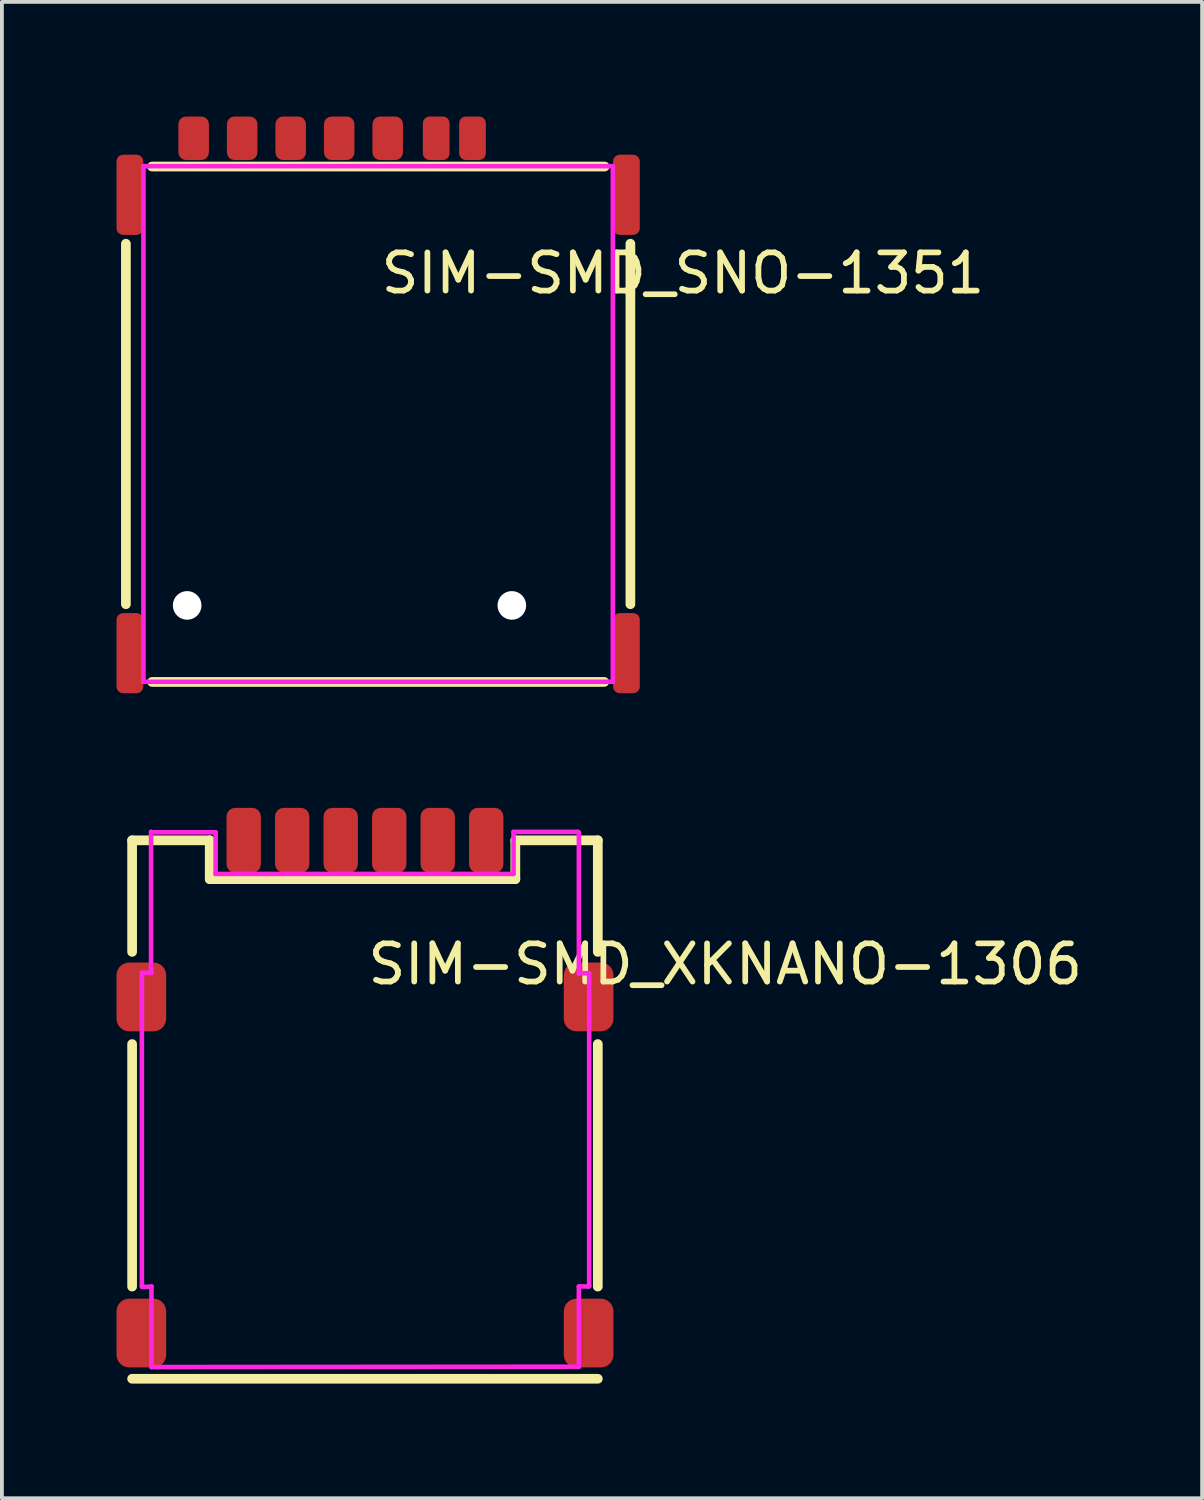
<source format=kicad_pcb>
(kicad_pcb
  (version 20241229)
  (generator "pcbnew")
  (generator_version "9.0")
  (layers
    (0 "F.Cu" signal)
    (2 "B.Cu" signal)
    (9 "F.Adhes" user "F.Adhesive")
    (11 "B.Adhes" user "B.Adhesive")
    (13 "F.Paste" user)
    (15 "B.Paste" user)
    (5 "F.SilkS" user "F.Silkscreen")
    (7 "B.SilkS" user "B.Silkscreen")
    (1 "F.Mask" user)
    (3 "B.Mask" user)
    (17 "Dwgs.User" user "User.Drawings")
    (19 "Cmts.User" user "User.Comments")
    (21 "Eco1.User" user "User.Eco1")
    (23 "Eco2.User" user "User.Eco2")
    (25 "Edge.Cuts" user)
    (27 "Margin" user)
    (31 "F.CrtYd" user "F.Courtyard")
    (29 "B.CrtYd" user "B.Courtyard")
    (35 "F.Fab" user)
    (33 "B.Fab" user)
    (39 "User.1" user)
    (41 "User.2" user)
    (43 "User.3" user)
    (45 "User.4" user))
  (footprint "SIM-SMD_XKNANO-1306"
    (layer "F.Cu")
    (at 6.505 25.4)
    (property "Reference" "SIM-SMD_XKNANO-1306" (at 0 -3.207 0) (layer "F.SilkS") (effects (font (size 1 1) (thickness 0.15)) (justify left)))
    (attr smd)
    (fp_line (start -6.096 -6.45) (end -4.064 -6.45) (stroke (width 0.254) (type solid)) (layer "F.SilkS"))
    (fp_line (start -6.096 -3.529) (end -6.096 -6.45) (stroke (width 0.254) (type solid)) (layer "F.SilkS"))
    (fp_line (start -6.096 -1.116) (end -6.096 5.234) (stroke (width 0.254) (type solid)) (layer "F.SilkS"))
    (fp_line (start -6.096 7.647) (end 6.096 7.647) (stroke (width 0.254) (type solid)) (layer "F.SilkS"))
    (fp_line (start -4.064 -6.45) (end -4.064 -5.434) (stroke (width 0.254) (type solid)) (layer "F.SilkS"))
    (fp_line (start -4.064 -5.434) (end 3.937 -5.434) (stroke (width 0.254) (type solid)) (layer "F.SilkS"))
    (fp_line (start 3.937 -6.45) (end 6.096 -6.45) (stroke (width 0.254) (type solid)) (layer "F.SilkS"))
    (fp_line (start 3.937 -5.434) (end 3.937 -6.45) (stroke (width 0.254) (type solid)) (layer "F.SilkS"))
    (fp_line (start 6.096 -6.45) (end 6.096 -3.529) (stroke (width 0.254) (type solid)) (layer "F.SilkS"))
    (fp_line (start 6.096 -1.116) (end 6.096 5.234) (stroke (width 0.254) (type solid)) (layer "F.SilkS"))
    (fp_line (start -5.84 -2.98) (end -5.84 5.23) (stroke (width 0.12) (type solid)) (layer "F.CrtYd"))
    (fp_line (start -5.84 5.23) (end -5.83 5.24) (stroke (width 0.12) (type solid)) (layer "F.CrtYd"))
    (fp_line (start -5.83 5.24) (end -5.6 5.24) (stroke (width 0.12) (type solid)) (layer "F.CrtYd"))
    (fp_line (start -5.6 -6.67) (end -5.6 -2.99) (stroke (width 0.12) (type solid)) (layer "F.CrtYd"))
    (fp_line (start -5.6 -2.99) (end -5.59 -2.98) (stroke (width 0.12) (type solid)) (layer "F.CrtYd"))
    (fp_line (start -5.6 5.24) (end -5.59 5.23) (stroke (width 0.12) (type solid)) (layer "F.CrtYd"))
    (fp_line (start -5.59 -6.66) (end -5.6 -6.67) (stroke (width 0.12) (type solid)) (layer "F.CrtYd"))
    (fp_line (start -5.59 -2.98) (end -5.84 -2.98) (stroke (width 0.12) (type solid)) (layer "F.CrtYd"))
    (fp_line (start -5.59 5.23) (end -5.59 7.34) (stroke (width 0.12) (type solid)) (layer "F.CrtYd"))
    (fp_line (start -5.59 7.34) (end 5.6 7.33) (stroke (width 0.12) (type solid)) (layer "F.CrtYd"))
    (fp_line (start -3.91 -6.66) (end -5.59 -6.66) (stroke (width 0.12) (type solid)) (layer "F.CrtYd"))
    (fp_line (start -3.91 -5.57) (end -3.91 -6.66) (stroke (width 0.12) (type solid)) (layer "F.CrtYd"))
    (fp_line (start 3.88 -5.57) (end -3.91 -5.57) (stroke (width 0.12) (type solid)) (layer "F.CrtYd"))
    (fp_line (start 3.89 -6.67) (end 3.89 -5.58) (stroke (width 0.12) (type solid)) (layer "F.CrtYd"))
    (fp_line (start 3.89 -5.58) (end 3.88 -5.57) (stroke (width 0.12) (type solid)) (layer "F.CrtYd"))
    (fp_line (start 5.58 -6.67) (end 3.89 -6.67) (stroke (width 0.12) (type solid)) (layer "F.CrtYd"))
    (fp_line (start 5.6 -6.65) (end 5.58 -6.67) (stroke (width 0.12) (type solid)) (layer "F.CrtYd"))
    (fp_line (start 5.6 -2.96) (end 5.6 -6.65) (stroke (width 0.12) (type solid)) (layer "F.CrtYd"))
    (fp_line (start 5.6 5.23) (end 5.86 5.23) (stroke (width 0.12) (type solid)) (layer "F.CrtYd"))
    (fp_line (start 5.6 7.33) (end 5.6 5.23) (stroke (width 0.12) (type solid)) (layer "F.CrtYd"))
    (fp_line (start 5.61 -2.97) (end 5.6 -2.96) (stroke (width 0.12) (type solid)) (layer "F.CrtYd"))
    (fp_line (start 5.86 5.23) (end 5.87 5.22) (stroke (width 0.12) (type solid)) (layer "F.CrtYd"))
    (fp_line (start 5.87 -2.97) (end 5.61 -2.97) (stroke (width 0.12) (type solid)) (layer "F.CrtYd"))
    (fp_line (start 5.87 -1.76) (end 5.87 -2.97) (stroke (width 0.12) (type solid)) (layer "F.CrtYd"))
    (fp_line (start 5.87 5.22) (end 5.87 -1.76) (stroke (width 0.12) (type solid)) (layer "F.CrtYd"))
    (pad "1" smd roundrect (at -3.175 -6.45) (size 0.9 1.7) (layers "F.Cu" "F.Mask" "F.Paste") (roundrect_rratio 0.25))
    (pad "2" smd roundrect (at -0.635 -6.45) (size 0.9 1.7) (layers "F.Cu" "F.Mask" "F.Paste") (roundrect_rratio 0.25))
    (pad "3" smd roundrect (at 1.905 -6.45) (size 0.9 1.7) (layers "F.Cu" "F.Mask" "F.Paste") (roundrect_rratio 0.25))
    (pad "5" smd roundrect (at -1.905 -6.45) (size 0.9 1.7) (layers "F.Cu" "F.Mask" "F.Paste") (roundrect_rratio 0.25))
    (pad "6" smd roundrect (at 0.635 -6.45) (size 0.9 1.7) (layers "F.Cu" "F.Mask" "F.Paste") (roundrect_rratio 0.25))
    (pad "7" smd roundrect (at 3.175 -6.45) (size 0.9 1.7) (layers "F.Cu" "F.Mask" "F.Paste") (roundrect_rratio 0.25))
    (pad "8" smd roundrect (at -5.855 6.45) (size 1.3 1.8) (layers "F.Cu" "F.Mask" "F.Paste") (roundrect_rratio 0.25))
    (pad "9" smd roundrect (at -5.855 -2.35) (size 1.3 1.8) (layers "F.Cu" "F.Mask" "F.Paste") (roundrect_rratio 0.25))
    (pad "10" smd roundrect (at 5.855 -2.35) (size 1.3 1.8) (layers "F.Cu" "F.Mask" "F.Paste") (roundrect_rratio 0.25))
    (pad "11" smd roundrect (at 5.855 6.45) (size 1.3 1.8) (layers "F.Cu" "F.Mask" "F.Paste") (roundrect_rratio 0.25)))
  (footprint "SIM-SMD_SNO-1351"
    (layer "F.Cu")
    (at 6.85 7.31)
    (property "Reference" "SIM-SMD_SNO-1351" (at 0 -3.207 0) (layer "F.SilkS") (effects (font (size 1 1) (thickness 0.15)) (justify left)))
    (attr through_hole)
    (fp_line (start -6.604 -3.979) (end -6.604 5.459) (stroke (width 0.254) (type solid)) (layer "F.SilkS"))
    (fp_line (start 5.919 7.493) (end -5.919 7.493) (stroke (width 0.254) (type solid)) (layer "F.SilkS"))
    (fp_line (start 5.93 -6) (end -5.919 -6) (stroke (width 0.254) (type solid)) (layer "F.SilkS"))
    (fp_line (start 6.604 -3.979) (end 6.604 5.459) (stroke (width 0.254) (type solid)) (layer "F.SilkS"))
    (fp_circle (center -5 5.49) (end -4.85 5.49) (stroke (width 0.3) (type solid)) (fill no) (layer "Dwgs.User"))
    (fp_circle (center 3.5 5.49) (end 3.65 5.49) (stroke (width 0.3) (type solid)) (fill no) (layer "Dwgs.User"))
    (fp_line (start -5.055 -6.36) (end -4.605 -6.36) (stroke (width 0.12) (type solid)) (layer "Eco2.User"))
    (fp_line (start -5.055 -5.96) (end -5.055 -6.36) (stroke (width 0.12) (type solid)) (layer "Eco2.User"))
    (fp_line (start -4.605 -6.36) (end -4.605 -5.96) (stroke (width 0.12) (type solid)) (layer "Eco2.User"))
    (fp_line (start -4.605 -5.96) (end -5.055 -5.96) (stroke (width 0.12) (type solid)) (layer "Eco2.User"))
    (fp_line (start -3.785 -6.36) (end -3.335 -6.36) (stroke (width 0.12) (type solid)) (layer "Eco2.User"))
    (fp_line (start -3.785 -5.96) (end -3.785 -6.36) (stroke (width 0.12) (type solid)) (layer "Eco2.User"))
    (fp_line (start -3.335 -6.36) (end -3.335 -5.96) (stroke (width 0.12) (type solid)) (layer "Eco2.User"))
    (fp_line (start -3.335 -5.96) (end -3.785 -5.96) (stroke (width 0.12) (type solid)) (layer "Eco2.User"))
    (fp_line (start -2.515 -6.36) (end -2.065 -6.36) (stroke (width 0.12) (type solid)) (layer "Eco2.User"))
    (fp_line (start -2.515 -5.96) (end -2.515 -6.36) (stroke (width 0.12) (type solid)) (layer "Eco2.User"))
    (fp_line (start -2.065 -6.36) (end -2.065 -5.96) (stroke (width 0.12) (type solid)) (layer "Eco2.User"))
    (fp_line (start -2.065 -5.96) (end -2.515 -5.96) (stroke (width 0.12) (type solid)) (layer "Eco2.User"))
    (fp_line (start -1.245 -6.36) (end -0.795 -6.36) (stroke (width 0.12) (type solid)) (layer "Eco2.User"))
    (fp_line (start -1.245 -5.96) (end -1.245 -6.36) (stroke (width 0.12) (type solid)) (layer "Eco2.User"))
    (fp_line (start -0.795 -6.36) (end -0.795 -5.96) (stroke (width 0.12) (type solid)) (layer "Eco2.User"))
    (fp_line (start -0.795 -5.96) (end -1.245 -5.96) (stroke (width 0.12) (type solid)) (layer "Eco2.User"))
    (fp_line (start 0.025 -6.36) (end 0.475 -6.36) (stroke (width 0.12) (type solid)) (layer "Eco2.User"))
    (fp_line (start 0.025 -5.96) (end 0.025 -6.36) (stroke (width 0.12) (type solid)) (layer "Eco2.User"))
    (fp_line (start 0.475 -6.36) (end 0.475 -5.96) (stroke (width 0.12) (type solid)) (layer "Eco2.User"))
    (fp_line (start 0.475 -5.96) (end 0.025 -5.96) (stroke (width 0.12) (type solid)) (layer "Eco2.User"))
    (fp_line (start 1.295 -6.36) (end 1.745 -6.36) (stroke (width 0.12) (type solid)) (layer "Eco2.User"))
    (fp_line (start 1.295 -5.96) (end 1.295 -6.36) (stroke (width 0.12) (type solid)) (layer "Eco2.User"))
    (fp_line (start 1.745 -6.36) (end 1.745 -5.96) (stroke (width 0.12) (type solid)) (layer "Eco2.User"))
    (fp_line (start 1.745 -5.96) (end 1.295 -5.96) (stroke (width 0.12) (type solid)) (layer "Eco2.User"))
    (fp_line (start 2.245 -6.36) (end 2.695 -6.36) (stroke (width 0.12) (type solid)) (layer "Eco2.User"))
    (fp_line (start 2.245 -5.96) (end 2.245 -6.36) (stroke (width 0.12) (type solid)) (layer "Eco2.User"))
    (fp_line (start 2.695 -6.36) (end 2.695 -5.96) (stroke (width 0.12) (type solid)) (layer "Eco2.User"))
    (fp_line (start 2.695 -5.96) (end 2.245 -5.96) (stroke (width 0.12) (type solid)) (layer "Eco2.User"))
    (fp_circle (center 6.545 -7.01) (end 6.575 -7.01) (stroke (width 0.06) (type solid)) (fill no) (layer "Eco2.User"))
    (fp_poly (pts (xy -6.045 -6.01) (xy -6.545 -6.01) (xy -6.545 -4.51) (xy -6.045 -4.51)) (stroke (width 0.12) (type solid)) (fill no) (layer "Eco2.User"))
    (fp_poly (pts (xy -6.045 5.99) (xy -6.545 5.99) (xy -6.545 7.49) (xy -6.045 7.49)) (stroke (width 0.12) (type solid)) (fill no) (layer "Eco2.User"))
    (fp_poly (pts (xy -5.055 -7.01) (xy -4.605 -7.01) (xy -4.605 -6.31) (xy -5.055 -6.31)) (stroke (width 0.12) (type solid)) (fill no) (layer "Eco2.User"))
    (fp_poly (pts (xy -3.785 -7.01) (xy -3.335 -7.01) (xy -3.335 -6.31) (xy -3.785 -6.31)) (stroke (width 0.12) (type solid)) (fill no) (layer "Eco2.User"))
    (fp_poly (pts (xy -2.515 -7.01) (xy -2.065 -7.01) (xy -2.065 -6.31) (xy -2.515 -6.31)) (stroke (width 0.12) (type solid)) (fill no) (layer "Eco2.User"))
    (fp_poly (pts (xy -1.245 -7.01) (xy -0.795 -7.01) (xy -0.795 -6.31) (xy -1.245 -6.31)) (stroke (width 0.12) (type solid)) (fill no) (layer "Eco2.User"))
    (fp_poly (pts (xy 0.025 -7.01) (xy 0.475 -7.01) (xy 0.475 -6.31) (xy 0.025 -6.31)) (stroke (width 0.12) (type solid)) (fill no) (layer "Eco2.User"))
    (fp_poly (pts (xy 1.295 -7.01) (xy 1.745 -7.01) (xy 1.745 -6.31) (xy 1.295 -6.31)) (stroke (width 0.12) (type solid)) (fill no) (layer "Eco2.User"))
    (fp_poly (pts (xy 2.245 -7.01) (xy 2.695 -7.01) (xy 2.695 -6.31) (xy 2.245 -6.31)) (stroke (width 0.12) (type solid)) (fill no) (layer "Eco2.User"))
    (fp_poly (pts (xy 6.545 -6.01) (xy 6.045 -6.01) (xy 6.045 -4.51) (xy 6.545 -4.51)) (stroke (width 0.12) (type solid)) (fill no) (layer "Eco2.User"))
    (fp_poly (pts (xy 6.545 5.99) (xy 6.045 5.99) (xy 6.045 7.49) (xy 6.545 7.49)) (stroke (width 0.12) (type solid)) (fill no) (layer "Eco2.User"))
    (fp_line (start -6.145 -6.01) (end -6.145 7.49) (stroke (width 0.12) (type solid)) (layer "F.CrtYd"))
    (fp_line (start -6.145 7.49) (end 6.145 7.49) (stroke (width 0.12) (type solid)) (layer "F.CrtYd"))
    (fp_line (start 6.145 -6.01) (end -6.145 -6.01) (stroke (width 0.12) (type solid)) (layer "F.CrtYd"))
    (fp_line (start 6.145 7.49) (end 6.145 -6.01) (stroke (width 0.12) (type solid)) (layer "F.CrtYd"))
    (pad "" np_thru_hole circle (at -5 5.49) (size 0.75 0.75) (drill 0.75) (layers "*.Cu" "*.Mask"))
    (pad "" np_thru_hole circle (at 3.5 5.49) (size 0.75 0.75) (drill 0.75) (layers "*.Cu" "*.Mask"))
    (pad "C1" smd roundrect (at 0.25 -6.74) (size 0.8 1.14) (layers "F.Cu" "F.Mask" "F.Paste") (roundrect_rratio 0.25))
    (pad "C2" smd roundrect (at -2.29 -6.74) (size 0.8 1.14) (layers "F.Cu" "F.Mask" "F.Paste") (roundrect_rratio 0.25))
    (pad "C3" smd roundrect (at -4.83 -6.74) (size 0.8 1.14) (layers "F.Cu" "F.Mask" "F.Paste") (roundrect_rratio 0.25))
    (pad "C4" smd roundrect (at 2.47 -6.74) (size 0.7 1.14) (layers "F.Cu" "F.Mask" "F.Paste") (roundrect_rratio 0.25))
    (pad "C5" smd roundrect (at 1.52 -6.74) (size 0.7 1.14) (layers "F.Cu" "F.Mask" "F.Paste") (roundrect_rratio 0.25))
    (pad "C6" smd roundrect (at -1.02 -6.74) (size 0.8 1.14) (layers "F.Cu" "F.Mask" "F.Paste") (roundrect_rratio 0.25))
    (pad "C7" smd roundrect (at -3.56 -6.74) (size 0.8 1.14) (layers "F.Cu" "F.Mask" "F.Paste") (roundrect_rratio 0.25))
    (pad "SH" smd roundrect (at -6.5 -5.26) (size 0.7 2.1) (layers "F.Cu" "F.Mask" "F.Paste") (roundrect_rratio 0.25))
    (pad "SH" smd roundrect (at -6.5 6.74) (size 0.7 2.1) (layers "F.Cu" "F.Mask" "F.Paste") (roundrect_rratio 0.25))
    (pad "SH" smd roundrect (at 6.5 -5.26) (size 0.7 2.1) (layers "F.Cu" "F.Mask" "F.Paste") (roundrect_rratio 0.25))
    (pad "SH" smd roundrect (at 6.5 6.74) (size 0.7 2.1) (layers "F.Cu" "F.Mask" "F.Paste") (roundrect_rratio 0.25)))
  (gr_rect
    (start -3 -3)
    (end 28.422 36.174)
    (stroke (width 0.1) (type default))
    (fill no)
    (layer "Edge.Cuts")))
</source>
